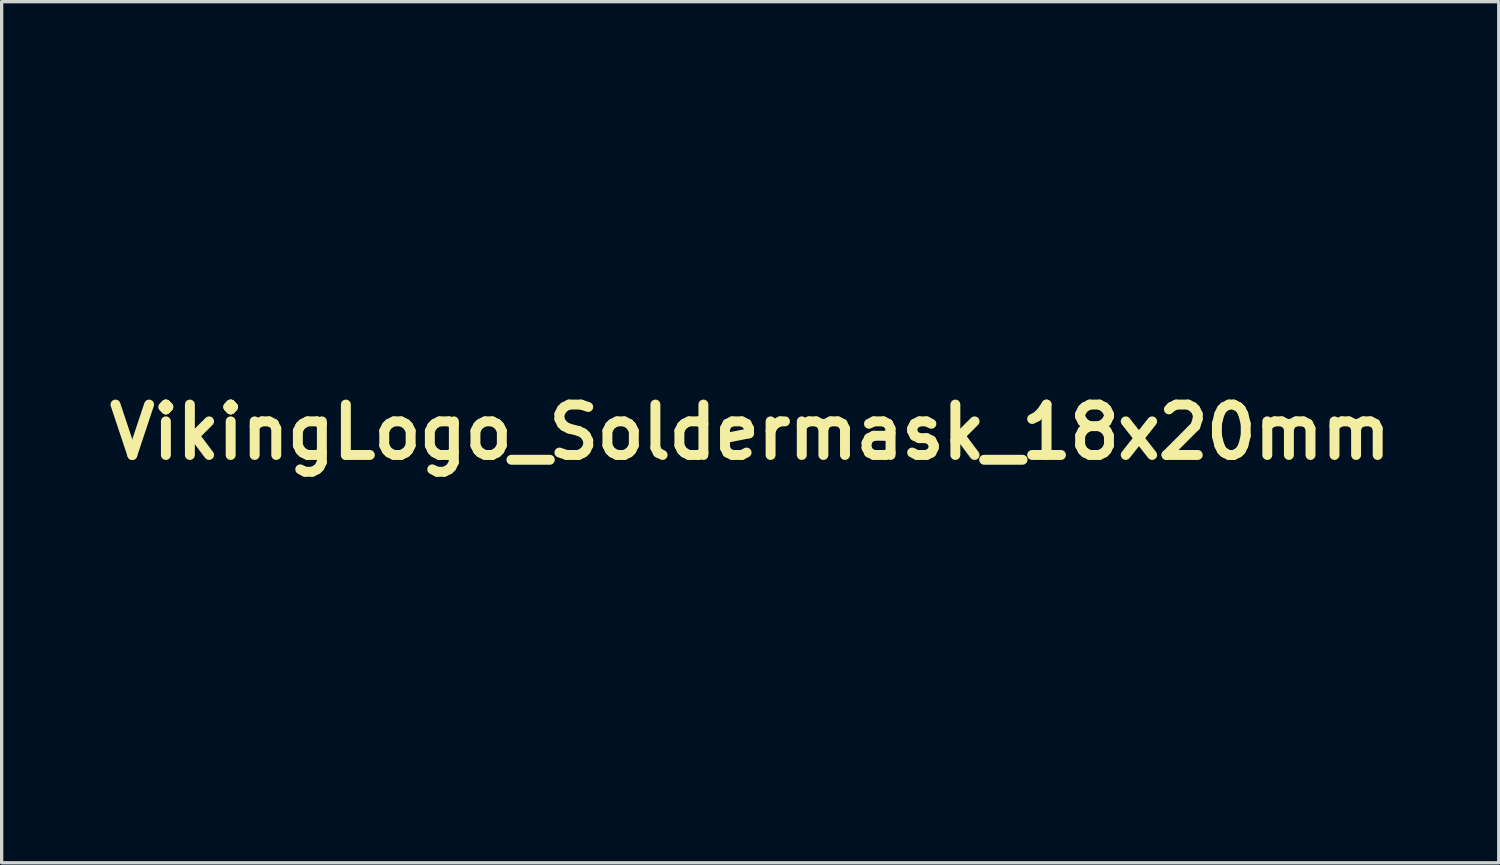
<source format=kicad_pcb>
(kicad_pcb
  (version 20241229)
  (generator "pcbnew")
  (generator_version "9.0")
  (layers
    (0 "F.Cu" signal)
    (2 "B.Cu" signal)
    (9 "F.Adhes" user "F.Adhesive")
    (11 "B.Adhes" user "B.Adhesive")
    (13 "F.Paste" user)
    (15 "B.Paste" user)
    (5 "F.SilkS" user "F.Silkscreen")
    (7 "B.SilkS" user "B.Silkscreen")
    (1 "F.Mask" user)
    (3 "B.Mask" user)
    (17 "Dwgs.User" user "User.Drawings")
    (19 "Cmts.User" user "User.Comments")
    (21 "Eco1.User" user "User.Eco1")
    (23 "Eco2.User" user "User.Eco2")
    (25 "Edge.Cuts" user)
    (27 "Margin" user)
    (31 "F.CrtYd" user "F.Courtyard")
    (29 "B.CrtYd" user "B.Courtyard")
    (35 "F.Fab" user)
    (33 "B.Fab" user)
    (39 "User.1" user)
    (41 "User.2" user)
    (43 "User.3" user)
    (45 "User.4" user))
  (footprint "VikingLogo_Soldermask_18x20mm"
    (layer "F.Cu")
    (at 19.638 10.02)
    (property "Reference" "VikingLogo_Soldermask_18x20mm" (at 0 0 0) (layer "F.SilkS") (effects (font (size 1.524 1.524) (thickness 0.3))))
    (attr through_hole)
    (fp_poly (pts (xy -0.381 7.565) (xy -0.359 7.577) (xy -0.325 7.595) (xy -0.279 7.621) (xy -0.222 7.652) (xy -0.157 7.688) (xy -0.083 7.729) (xy -0.002 7.775) (xy 0.084 7.823) (xy 0.176 7.874) (xy 0.226 7.903) (xy 0.296 7.942) (xy 0.379 7.989) (xy 0.475 8.043) (xy 0.583 8.103) (xy 0.701 8.169) (xy 0.828 8.241) (xy 0.963 8.317) (xy 1.106 8.397) (xy 1.254 8.48) (xy 1.408 8.566) (xy 1.565 8.655) (xy 1.725 8.745) (xy 1.886 8.835) (xy 2.048 8.926) (xy 2.21 9.017) (xy 2.37 9.107) (xy 2.375 9.11) (xy 2.525 9.194) (xy 2.671 9.276) (xy 2.812 9.355) (xy 2.948 9.432) (xy 3.078 9.505) (xy 3.202 9.574) (xy 3.318 9.64) (xy 3.426 9.701) (xy 3.525 9.757) (xy 3.615 9.807) (xy 3.695 9.852) (xy 3.764 9.892) (xy 3.822 9.924) (xy 3.867 9.95) (xy 3.9 9.969) (xy 3.919 9.98) (xy 3.924 9.983) (xy 3.919 9.986) (xy 3.899 9.989) (xy 3.864 9.99) (xy 3.818 9.991) (xy 3.799 9.991) (xy 3.763 9.991) (xy 3.712 9.991) (xy 3.647 9.992) (xy 3.568 9.992) (xy 3.477 9.993) (xy 3.373 9.993) (xy 3.259 9.994) (xy 3.134 9.995) (xy 3 9.996) (xy 2.857 9.997) (xy 2.707 9.998) (xy 2.549 9.999) (xy 2.386 10) (xy 2.217 10.001) (xy 2.044 10.002) (xy 1.871 10.003) (xy 1.693 10.005) (xy 1.517 10.006) (xy 1.345 10.007) (xy 1.178 10.008) (xy 1.016 10.009) (xy 0.86 10.01) (xy 0.711 10.011) (xy 0.571 10.012) (xy 0.439 10.013) (xy 0.318 10.013) (xy 0.207 10.014) (xy 0.107 10.015) (xy 0.021 10.015) (xy -0.053 10.015) (xy -0.111 10.016) (xy -0.155 10.016) (xy -0.18 10.016) (xy -0.398 10.016) (xy -0.398 8.788) (xy -0.398 8.614) (xy -0.398 8.452) (xy -0.397 8.302) (xy -0.397 8.164) (xy -0.397 8.039) (xy -0.396 7.927) (xy -0.395 7.83) (xy -0.395 7.747) (xy -0.394 7.678) (xy -0.393 7.625) (xy -0.392 7.587) (xy -0.391 7.566) (xy -0.39 7.561) (xy -0.381 7.565)) (stroke (width 0.01) (type solid)) (fill yes) (layer "F.Mask"))
    (fp_poly (pts (xy -6.609 3.923) (xy -6.601 3.927) (xy -6.579 3.94) (xy -6.544 3.961) (xy -6.496 3.989) (xy -6.436 4.025) (xy -6.365 4.067) (xy -6.282 4.116) (xy -6.189 4.171) (xy -6.087 4.231) (xy -5.975 4.297) (xy -5.855 4.369) (xy -5.727 4.444) (xy -5.592 4.525) (xy -5.449 4.609) (xy -5.301 4.697) (xy -5.147 4.788) (xy -4.989 4.882) (xy -4.826 4.978) (xy -4.659 5.077) (xy -4.489 5.177) (xy -4.317 5.279) (xy -4.143 5.383) (xy -3.968 5.487) (xy -3.791 5.591) (xy -3.615 5.695) (xy -3.44 5.799) (xy -3.265 5.903) (xy -3.092 6.005) (xy -2.922 6.106) (xy -2.755 6.205) (xy -2.591 6.303) (xy -2.431 6.397) (xy -2.276 6.489) (xy -2.126 6.578) (xy -1.983 6.663) (xy -1.846 6.744) (xy -1.716 6.821) (xy -1.594 6.894) (xy -1.48 6.961) (xy -1.375 7.023) (xy -1.28 7.08) (xy -1.195 7.13) (xy -1.121 7.174) (xy -1.058 7.212) (xy -1.007 7.242) (xy -0.969 7.265) (xy -0.944 7.279) (xy -0.933 7.286) (xy -0.932 7.286) (xy -0.932 7.295) (xy -0.932 7.319) (xy -0.933 7.359) (xy -0.933 7.411) (xy -0.934 7.477) (xy -0.935 7.554) (xy -0.936 7.641) (xy -0.937 7.737) (xy -0.939 7.842) (xy -0.94 7.954) (xy -0.942 8.072) (xy -0.944 8.194) (xy -0.946 8.321) (xy -0.948 8.45) (xy -0.95 8.581) (xy -0.952 8.712) (xy -0.954 8.843) (xy -0.956 8.972) (xy -0.958 9.098) (xy -0.96 9.221) (xy -0.962 9.339) (xy -0.964 9.45) (xy -0.966 9.555) (xy -0.968 9.651) (xy -0.969 9.738) (xy -0.971 9.815) (xy -0.972 9.88) (xy -0.973 9.932) (xy -0.974 9.971) (xy -0.975 9.995) (xy -0.975 10.003) (xy -0.984 10.003) (xy -1.009 10.004) (xy -1.05 10.004) (xy -1.106 10.004) (xy -1.177 10.004) (xy -1.262 10.005) (xy -1.361 10.005) (xy -1.474 10.005) (xy -1.599 10.006) (xy -1.736 10.006) (xy -1.886 10.006) (xy -2.046 10.007) (xy -2.217 10.007) (xy -2.398 10.007) (xy -2.588 10.008) (xy -2.788 10.008) (xy -2.997 10.009) (xy -3.213 10.009) (xy -3.437 10.01) (xy -3.668 10.01) (xy -3.905 10.01) (xy -4.148 10.011) (xy -4.397 10.011) (xy -4.651 10.012) (xy -4.909 10.012) (xy -4.958 10.012) (xy -8.938 10.018) (xy -8.944 9.96) (xy -8.946 9.923) (xy -8.948 9.871) (xy -8.949 9.809) (xy -8.95 9.738) (xy -8.949 9.661) (xy -8.949 9.582) (xy -8.948 9.503) (xy -8.946 9.426) (xy -8.944 9.356) (xy -8.942 9.293) (xy -8.939 9.243) (xy -8.937 9.219) (xy -8.923 9.095) (xy -8.904 8.974) (xy -8.881 8.855) (xy -8.852 8.739) (xy -8.817 8.624) (xy -8.777 8.51) (xy -8.73 8.397) (xy -8.675 8.282) (xy -8.614 8.167) (xy -8.544 8.05) (xy -8.466 7.93) (xy -8.379 7.808) (xy -8.283 7.681) (xy -8.177 7.551) (xy -8.061 7.415) (xy -7.935 7.273) (xy -7.797 7.126) (xy -7.648 6.971) (xy -7.487 6.808) (xy -7.314 6.638) (xy -7.128 6.458) (xy -6.965 6.303) (xy -6.822 6.168) (xy -7.421 6.166) (xy -8.019 6.164) (xy -8.013 6.145) (xy -7.964 5.993) (xy -7.909 5.839) (xy -7.848 5.687) (xy -7.783 5.54) (xy -7.716 5.4) (xy -7.647 5.27) (xy -7.578 5.153) (xy -7.551 5.11) (xy -7.474 4.996) (xy -7.385 4.872) (xy -7.285 4.737) (xy -7.174 4.593) (xy -7.053 4.44) (xy -6.969 4.336) (xy -6.892 4.241) (xy -6.823 4.158) (xy -6.764 4.088) (xy -6.713 4.029) (xy -6.673 3.983) (xy -6.642 3.95) (xy -6.621 3.93) (xy -6.609 3.923) (xy -6.609 3.923)) (stroke (width 0.01) (type solid)) (fill yes) (layer "F.Mask"))
    (fp_poly (pts (xy -5.653 2.213) (xy -5.631 2.225) (xy -5.597 2.245) (xy -5.552 2.271) (xy -5.497 2.303) (xy -5.433 2.34) (xy -5.363 2.381) (xy -5.286 2.426) (xy -5.204 2.474) (xy -5.161 2.5) (xy -4.872 2.669) (xy -4.582 2.839) (xy -4.292 3.01) (xy -4 3.181) (xy -3.705 3.354) (xy -3.407 3.529) (xy -3.105 3.706) (xy -2.798 3.885) (xy -2.486 4.069) (xy -2.167 4.255) (xy -1.841 4.446) (xy -1.508 4.641) (xy -1.166 4.841) (xy -0.815 5.047) (xy -0.454 5.258) (xy -0.082 5.475) (xy 0.301 5.7) (xy 0.697 5.931) (xy 1.105 6.17) (xy 1.527 6.417) (xy 1.634 6.479) (xy 1.957 6.668) (xy 2.274 6.853) (xy 2.585 7.035) (xy 2.887 7.212) (xy 3.182 7.384) (xy 3.469 7.552) (xy 3.746 7.714) (xy 4.014 7.871) (xy 4.272 8.022) (xy 4.52 8.167) (xy 4.756 8.305) (xy 4.981 8.437) (xy 5.194 8.562) (xy 5.395 8.679) (xy 5.582 8.789) (xy 5.755 8.89) (xy 5.891 8.97) (xy 5.979 9.022) (xy 6.053 9.066) (xy 6.113 9.102) (xy 6.162 9.132) (xy 6.198 9.155) (xy 6.223 9.172) (xy 6.239 9.184) (xy 6.245 9.191) (xy 6.245 9.192) (xy 6.239 9.202) (xy 6.225 9.223) (xy 6.204 9.256) (xy 6.176 9.298) (xy 6.144 9.347) (xy 6.107 9.403) (xy 6.067 9.463) (xy 6.025 9.525) (xy 5.982 9.59) (xy 5.939 9.653) (xy 5.897 9.715) (xy 5.858 9.774) (xy 5.822 9.827) (xy 5.79 9.874) (xy 5.764 9.913) (xy 5.744 9.941) (xy 5.732 9.958) (xy 5.729 9.963) (xy 5.721 9.965) (xy 5.702 9.968) (xy 5.671 9.97) (xy 5.627 9.972) (xy 5.569 9.974) (xy 5.497 9.975) (xy 5.41 9.977) (xy 5.326 9.978) (xy 4.932 9.984) (xy 4.692 9.835) (xy 4.672 9.823) (xy 4.638 9.802) (xy 4.591 9.773) (xy 4.529 9.736) (xy 4.455 9.692) (xy 4.368 9.64) (xy 4.269 9.58) (xy 4.158 9.513) (xy 4.036 9.44) (xy 3.903 9.36) (xy 3.758 9.274) (xy 3.604 9.181) (xy 3.439 9.082) (xy 3.265 8.978) (xy 3.081 8.868) (xy 2.889 8.753) (xy 2.688 8.633) (xy 2.48 8.508) (xy 2.263 8.378) (xy 2.039 8.244) (xy 1.809 8.106) (xy 1.571 7.964) (xy 1.328 7.819) (xy 1.079 7.67) (xy 0.824 7.517) (xy 0.564 7.362) (xy 0.3 7.204) (xy 0.032 7.044) (xy -0.241 6.881) (xy -0.517 6.716) (xy -0.796 6.549) (xy -0.904 6.484) (xy -1.183 6.318) (xy -1.458 6.153) (xy -1.729 5.991) (xy -1.996 5.832) (xy -2.258 5.675) (xy -2.515 5.521) (xy -2.767 5.37) (xy -3.013 5.223) (xy -3.253 5.08) (xy -3.487 4.94) (xy -3.714 4.804) (xy -3.933 4.673) (xy -4.146 4.546) (xy -4.35 4.424) (xy -4.546 4.307) (xy -4.733 4.195) (xy -4.912 4.088) (xy -5.081 3.987) (xy -5.24 3.891) (xy -5.39 3.802) (xy -5.529 3.718) (xy -5.657 3.642) (xy -5.775 3.571) (xy -5.88 3.508) (xy -5.974 3.452) (xy -6.056 3.403) (xy -6.125 3.361) (xy -6.181 3.328) (xy -6.224 3.302) (xy -6.254 3.284) (xy -6.269 3.275) (xy -6.272 3.273) (xy -6.272 3.268) (xy -6.268 3.256) (xy -6.259 3.237) (xy -6.246 3.21) (xy -6.226 3.174) (xy -6.201 3.128) (xy -6.17 3.071) (xy -6.131 3.003) (xy -6.085 2.923) (xy -6.032 2.83) (xy -5.977 2.735) (xy -5.927 2.648) (xy -5.879 2.566) (xy -5.834 2.489) (xy -5.793 2.42) (xy -5.756 2.358) (xy -5.725 2.305) (xy -5.699 2.263) (xy -5.679 2.232) (xy -5.667 2.213) (xy -5.662 2.208) (xy -5.653 2.213)) (stroke (width 0.01) (type solid)) (fill yes) (layer "F.Mask"))
    (fp_poly (pts (xy -1.644 -9.32) (xy -1.643 -9.313) (xy -1.655 -9.294) (xy -1.678 -9.263) (xy -1.707 -9.229) (xy -1.8 -9.119) (xy -1.894 -9.004) (xy -1.988 -8.886) (xy -2.079 -8.769) (xy -2.166 -8.654) (xy -2.246 -8.546) (xy -2.317 -8.446) (xy -2.338 -8.416) (xy -2.501 -8.168) (xy -2.646 -7.922) (xy -2.774 -7.676) (xy -2.886 -7.431) (xy -2.981 -7.186) (xy -3.059 -6.942) (xy -3.12 -6.698) (xy -3.149 -6.553) (xy -3.161 -6.483) (xy -3.171 -6.42) (xy -3.179 -6.363) (xy -3.185 -6.308) (xy -3.189 -6.251) (xy -3.192 -6.191) (xy -3.194 -6.123) (xy -3.195 -6.045) (xy -3.196 -5.954) (xy -3.196 -5.939) (xy -3.195 -5.837) (xy -3.194 -5.748) (xy -3.191 -5.67) (xy -3.187 -5.598) (xy -3.181 -5.531) (xy -3.172 -5.464) (xy -3.161 -5.395) (xy -3.148 -5.32) (xy -3.133 -5.247) (xy -3.076 -5.007) (xy -3.003 -4.768) (xy -2.913 -4.53) (xy -2.806 -4.292) (xy -2.683 -4.055) (xy -2.543 -3.817) (xy -2.459 -3.687) (xy -2.407 -3.609) (xy -2.356 -3.536) (xy -2.305 -3.467) (xy -2.254 -3.401) (xy -2.202 -3.337) (xy -2.147 -3.274) (xy -2.089 -3.212) (xy -2.026 -3.148) (xy -1.957 -3.082) (xy -1.882 -3.013) (xy -1.799 -2.94) (xy -1.707 -2.863) (xy -1.606 -2.779) (xy -1.494 -2.687) (xy -1.37 -2.588) (xy -1.263 -2.503) (xy -1.171 -2.43) (xy -1.092 -2.367) (xy -1.025 -2.313) (xy -0.972 -2.269) (xy -0.93 -2.234) (xy -0.9 -2.207) (xy -0.882 -2.19) (xy -0.875 -2.18) (xy -0.882 -2.176) (xy -0.904 -2.169) (xy -0.938 -2.16) (xy -0.984 -2.15) (xy -1.039 -2.139) (xy -1.043 -2.139) (xy -1.37 -2.068) (xy -1.689 -1.982) (xy -2.003 -1.882) (xy -2.309 -1.766) (xy -2.607 -1.635) (xy -2.898 -1.491) (xy -3.18 -1.332) (xy -3.452 -1.159) (xy -3.716 -0.972) (xy -3.878 -0.846) (xy -4.106 -0.654) (xy -4.321 -0.455) (xy -4.522 -0.249) (xy -4.708 -0.038) (xy -4.86 0.154) (xy -4.889 0.191) (xy -4.914 0.224) (xy -4.934 0.249) (xy -4.947 0.264) (xy -4.952 0.268) (xy -4.959 0.263) (xy -4.973 0.247) (xy -4.992 0.223) (xy -4.998 0.215) (xy -5.062 0.127) (xy -5.134 0.028) (xy -5.209 -0.079) (xy -5.288 -0.191) (xy -5.366 -0.303) (xy -5.441 -0.414) (xy -5.513 -0.519) (xy -5.577 -0.616) (xy -5.601 -0.652) (xy -5.781 -0.933) (xy -5.95 -1.207) (xy -6.108 -1.473) (xy -6.254 -1.732) (xy -6.389 -1.983) (xy -6.512 -2.225) (xy -6.623 -2.458) (xy -6.721 -2.682) (xy -6.808 -2.897) (xy -6.882 -3.103) (xy -6.943 -3.298) (xy -6.992 -3.483) (xy -7.01 -3.569) (xy -7.041 -3.751) (xy -7.059 -3.943) (xy -7.066 -4.142) (xy -7.061 -4.347) (xy -7.044 -4.555) (xy -7.018 -4.75) (xy -6.97 -4.988) (xy -6.907 -5.223) (xy -6.827 -5.456) (xy -6.73 -5.685) (xy -6.617 -5.911) (xy -6.487 -6.135) (xy -6.341 -6.356) (xy -6.178 -6.574) (xy -6.143 -6.617) (xy -6.017 -6.767) (xy -5.887 -6.909) (xy -5.751 -7.046) (xy -5.607 -7.177) (xy -5.453 -7.307) (xy -5.287 -7.436) (xy -5.107 -7.567) (xy -5.094 -7.575) (xy -4.885 -7.718) (xy -4.659 -7.862) (xy -4.419 -8.008) (xy -4.164 -8.154) (xy -3.897 -8.302) (xy -3.617 -8.449) (xy -3.326 -8.596) (xy -3.024 -8.743) (xy -2.713 -8.887) (xy -2.684 -8.901) (xy -2.59 -8.943) (xy -2.494 -8.986) (xy -2.396 -9.028) (xy -2.299 -9.069) (xy -2.204 -9.11) (xy -2.112 -9.148) (xy -2.024 -9.184) (xy -1.942 -9.216) (xy -1.868 -9.246) (xy -1.801 -9.271) (xy -1.745 -9.291) (xy -1.699 -9.307) (xy -1.666 -9.317) (xy -1.647 -9.32) (xy -1.644 -9.32)) (stroke (width 0.01) (type solid)) (fill yes) (layer "F.Mask"))
    (fp_poly (pts (xy 1.117 -2.037) (xy 1.211 -2.036) (xy 1.299 -2.035) (xy 1.38 -2.032) (xy 1.45 -2.03) (xy 1.509 -2.026) (xy 1.554 -2.022) (xy 1.566 -2.021) (xy 1.606 -2.015) (xy 1.64 -2.01) (xy 1.664 -2.005) (xy 1.674 -2.003) (xy 1.674 -2.003) (xy 1.67 -1.996) (xy 1.657 -1.977) (xy 1.635 -1.947) (xy 1.607 -1.908) (xy 1.572 -1.861) (xy 1.532 -1.808) (xy 1.489 -1.75) (xy 1.471 -1.726) (xy 1.385 -1.61) (xy 1.308 -1.504) (xy 1.239 -1.408) (xy 1.176 -1.318) (xy 1.119 -1.233) (xy 1.066 -1.151) (xy 1.016 -1.07) (xy 0.999 -1.041) (xy 0.877 -0.825) (xy 0.771 -0.611) (xy 0.683 -0.397) (xy 0.611 -0.186) (xy 0.556 0.025) (xy 0.517 0.234) (xy 0.496 0.441) (xy 0.491 0.646) (xy 0.503 0.85) (xy 0.531 1.052) (xy 0.555 1.166) (xy 0.606 1.35) (xy 0.673 1.535) (xy 0.755 1.717) (xy 0.851 1.897) (xy 0.959 2.071) (xy 1.078 2.239) (xy 1.208 2.4) (xy 1.347 2.551) (xy 1.495 2.691) (xy 1.649 2.819) (xy 1.81 2.933) (xy 1.856 2.963) (xy 2.04 3.068) (xy 2.232 3.157) (xy 2.43 3.231) (xy 2.634 3.29) (xy 2.845 3.333) (xy 3.063 3.361) (xy 3.287 3.372) (xy 3.516 3.369) (xy 3.752 3.35) (xy 3.994 3.315) (xy 4.089 3.297) (xy 4.339 3.24) (xy 4.579 3.168) (xy 4.81 3.083) (xy 5.031 2.983) (xy 5.244 2.869) (xy 5.447 2.741) (xy 5.641 2.598) (xy 5.825 2.442) (xy 6.001 2.271) (xy 6.166 2.087) (xy 6.322 1.888) (xy 6.469 1.676) (xy 6.592 1.474) (xy 6.666 1.346) (xy 6.687 1.365) (xy 6.708 1.388) (xy 6.736 1.423) (xy 6.769 1.466) (xy 6.804 1.515) (xy 6.839 1.567) (xy 6.872 1.618) (xy 6.896 1.657) (xy 6.926 1.71) (xy 6.961 1.774) (xy 7 1.848) (xy 7.041 1.927) (xy 7.082 2.01) (xy 7.122 2.092) (xy 7.16 2.17) (xy 7.193 2.242) (xy 7.22 2.304) (xy 7.221 2.307) (xy 7.338 2.603) (xy 7.439 2.902) (xy 7.524 3.206) (xy 7.594 3.516) (xy 7.649 3.83) (xy 7.688 4.152) (xy 7.712 4.48) (xy 7.721 4.815) (xy 7.721 4.86) (xy 7.721 4.95) (xy 7.719 5.048) (xy 7.716 5.151) (xy 7.712 5.255) (xy 7.708 5.357) (xy 7.703 5.456) (xy 7.697 5.547) (xy 7.691 5.628) (xy 7.685 5.696) (xy 7.683 5.715) (xy 7.65 5.955) (xy 7.603 6.204) (xy 7.544 6.461) (xy 7.472 6.726) (xy 7.387 6.997) (xy 7.29 7.273) (xy 7.181 7.555) (xy 7.06 7.84) (xy 6.956 8.069) (xy 6.928 8.126) (xy 6.898 8.19) (xy 6.864 8.256) (xy 6.83 8.325) (xy 6.794 8.395) (xy 6.759 8.463) (xy 6.725 8.529) (xy 6.692 8.59) (xy 6.663 8.645) (xy 6.637 8.692) (xy 6.615 8.729) (xy 6.599 8.756) (xy 6.589 8.77) (xy 6.587 8.771) (xy 6.58 8.767) (xy 6.558 8.754) (xy 6.523 8.733) (xy 6.474 8.703) (xy 6.412 8.666) (xy 6.337 8.621) (xy 6.25 8.568) (xy 6.151 8.508) (xy 6.04 8.441) (xy 5.917 8.367) (xy 5.783 8.287) (xy 5.639 8.199) (xy 5.484 8.106) (xy 5.319 8.006) (xy 5.145 7.901) (xy 4.961 7.789) (xy 4.767 7.673) (xy 4.566 7.551) (xy 4.355 7.423) (xy 4.137 7.291) (xy 3.911 7.155) (xy 3.678 7.014) (xy 3.437 6.868) (xy 3.19 6.719) (xy 2.937 6.566) (xy 2.677 6.409) (xy 2.412 6.249) (xy 2.142 6.085) (xy 1.866 5.918) (xy 1.586 5.749) (xy 1.302 5.577) (xy 1.013 5.403) (xy 0.721 5.226) (xy 0.639 5.176) (xy 0.346 4.999) (xy 0.057 4.824) (xy -0.229 4.651) (xy -0.511 4.481) (xy -0.787 4.313) (xy -1.059 4.149) (xy -1.326 3.987) (xy -1.587 3.829) (xy -1.843 3.675) (xy -2.092 3.524) (xy -2.334 3.377) (xy -2.57 3.235) (xy -2.798 3.097) (xy -3.019 2.963) (xy -3.231 2.834) (xy -3.436 2.711) (xy -3.632 2.592) (xy -3.818 2.479) (xy -3.996 2.372) (xy -4.164 2.27) (xy -4.322 2.174) (xy -4.469 2.085) (xy -4.606 2.002) (xy -4.732 1.926) (xy -4.847 1.856) (xy -4.949 1.794) (xy -5.04 1.739) (xy -5.119 1.691) (xy -5.185 1.651) (xy -5.237 1.619) (xy -5.277 1.595) (xy -5.302 1.579) (xy -5.314 1.572) (xy -5.315 1.572) (xy -5.313 1.561) (xy -5.302 1.538) (xy -5.28 1.502) (xy -5.248 1.454) (xy -5.206 1.394) (xy -5.155 1.322) (xy -5.094 1.238) (xy -5.024 1.143) (xy -4.958 1.054) (xy -4.751 0.784) (xy -4.548 0.529) (xy -4.349 0.29) (xy -4.153 0.066) (xy -3.962 -0.142) (xy -3.774 -0.335) (xy -3.591 -0.511) (xy -3.454 -0.634) (xy -3.348 -0.724) (xy -3.243 -0.808) (xy -3.137 -0.886) (xy -3.027 -0.96) (xy -2.912 -1.032) (xy -2.79 -1.102) (xy -2.657 -1.173) (xy -2.512 -1.244) (xy -2.354 -1.319) (xy -2.051 -1.451) (xy -1.747 -1.568) (xy -1.44 -1.672) (xy -1.128 -1.763) (xy -0.81 -1.841) (xy -0.485 -1.906) (xy -0.151 -1.959) (xy 0.193 -2.001) (xy 0.415 -2.021) (xy 0.478 -2.025) (xy 0.553 -2.028) (xy 0.636 -2.031) (xy 0.727 -2.034) (xy 0.822 -2.035) (xy 0.92 -2.037) (xy 1.019 -2.037) (xy 1.117 -2.037)) (stroke (width 0.01) (type solid)) (fill yes) (layer "F.Mask"))
    (fp_poly (pts (xy 2.385 -10.013) (xy 2.418 -10.01) (xy 2.463 -10.005) (xy 2.52 -9.998) (xy 2.591 -9.989) (xy 2.669 -9.978) (xy 2.913 -9.945) (xy 3.158 -9.909) (xy 3.402 -9.873) (xy 3.645 -9.835) (xy 3.883 -9.796) (xy 4.116 -9.757) (xy 4.341 -9.718) (xy 4.558 -9.679) (xy 4.764 -9.64) (xy 4.958 -9.601) (xy 5.138 -9.564) (xy 5.262 -9.537) (xy 5.422 -9.5) (xy 5.567 -9.464) (xy 5.7 -9.429) (xy 5.822 -9.393) (xy 5.937 -9.356) (xy 6.045 -9.318) (xy 6.117 -9.29) (xy 6.385 -9.177) (xy 6.639 -9.053) (xy 6.88 -8.919) (xy 7.108 -8.774) (xy 7.323 -8.619) (xy 7.525 -8.453) (xy 7.713 -8.276) (xy 7.888 -8.089) (xy 8.05 -7.891) (xy 8.199 -7.682) (xy 8.335 -7.463) (xy 8.458 -7.233) (xy 8.567 -6.993) (xy 8.664 -6.741) (xy 8.747 -6.479) (xy 8.817 -6.207) (xy 8.874 -5.923) (xy 8.918 -5.629) (xy 8.945 -5.368) (xy 8.949 -5.308) (xy 8.953 -5.234) (xy 8.955 -5.15) (xy 8.956 -5.058) (xy 8.957 -4.961) (xy 8.957 -4.861) (xy 8.955 -4.762) (xy 8.954 -4.665) (xy 8.951 -4.575) (xy 8.948 -4.492) (xy 8.943 -4.421) (xy 8.939 -4.363) (xy 8.938 -4.352) (xy 8.895 -4.052) (xy 8.836 -3.757) (xy 8.761 -3.466) (xy 8.67 -3.18) (xy 8.562 -2.9) (xy 8.439 -2.624) (xy 8.299 -2.354) (xy 8.232 -2.235) (xy 8.204 -2.189) (xy 8.168 -2.129) (xy 8.125 -2.057) (xy 8.074 -1.974) (xy 8.016 -1.881) (xy 7.953 -1.778) (xy 7.884 -1.667) (xy 7.811 -1.549) (xy 7.734 -1.424) (xy 7.653 -1.294) (xy 7.569 -1.16) (xy 7.484 -1.023) (xy 7.396 -0.883) (xy 7.308 -0.743) (xy 7.22 -0.602) (xy 7.132 -0.462) (xy 7.045 -0.323) (xy 6.96 -0.188) (xy 6.877 -0.056) (xy 6.797 0.071) (xy 6.72 0.192) (xy 6.648 0.306) (xy 6.58 0.413) (xy 6.518 0.51) (xy 6.461 0.598) (xy 6.412 0.675) (xy 6.37 0.74) (xy 6.335 0.792) (xy 6.322 0.813) (xy 6.148 1.059) (xy 5.959 1.301) (xy 5.754 1.539) (xy 5.532 1.775) (xy 5.486 1.821) (xy 5.37 1.935) (xy 5.263 2.038) (xy 5.163 2.129) (xy 5.07 2.21) (xy 4.981 2.283) (xy 4.895 2.347) (xy 4.811 2.405) (xy 4.727 2.458) (xy 4.643 2.506) (xy 4.559 2.548) (xy 4.469 2.591) (xy 4.388 2.626) (xy 4.311 2.655) (xy 4.232 2.681) (xy 4.147 2.705) (xy 4.146 2.705) (xy 3.949 2.748) (xy 3.751 2.774) (xy 3.553 2.784) (xy 3.355 2.777) (xy 3.349 2.776) (xy 3.146 2.751) (xy 2.942 2.711) (xy 2.74 2.655) (xy 2.539 2.585) (xy 2.344 2.5) (xy 2.155 2.403) (xy 1.974 2.294) (xy 1.83 2.193) (xy 1.755 2.133) (xy 1.676 2.064) (xy 1.598 1.99) (xy 1.525 1.916) (xy 1.461 1.844) (xy 1.445 1.825) (xy 1.34 1.681) (xy 1.25 1.53) (xy 1.174 1.371) (xy 1.112 1.203) (xy 1.064 1.026) (xy 1.037 0.881) (xy 1.03 0.825) (xy 1.025 0.757) (xy 1.021 0.679) (xy 1.018 0.595) (xy 1.017 0.51) (xy 1.018 0.426) (xy 1.02 0.348) (xy 1.024 0.278) (xy 1.028 0.237) (xy 1.056 0.05) (xy 1.097 -0.128) (xy 1.151 -0.3) (xy 1.22 -0.469) (xy 1.263 -0.559) (xy 1.292 -0.616) (xy 1.321 -0.671) (xy 1.35 -0.723) (xy 1.381 -0.774) (xy 1.414 -0.825) (xy 1.451 -0.878) (xy 1.491 -0.933) (xy 1.536 -0.992) (xy 1.587 -1.055) (xy 1.644 -1.124) (xy 1.709 -1.201) (xy 1.782 -1.285) (xy 1.864 -1.379) (xy 1.957 -1.483) (xy 2.031 -1.566) (xy 2.086 -1.627) (xy 2.149 -1.698) (xy 2.217 -1.774) (xy 2.288 -1.853) (xy 2.357 -1.93) (xy 2.422 -2.003) (xy 2.459 -2.044) (xy 2.602 -2.205) (xy 2.735 -2.356) (xy 2.858 -2.499) (xy 2.975 -2.636) (xy 3.085 -2.768) (xy 3.191 -2.898) (xy 3.295 -3.028) (xy 3.398 -3.159) (xy 3.501 -3.293) (xy 3.562 -3.375) (xy 3.642 -3.482) (xy 3.724 -3.594) (xy 3.806 -3.708) (xy 3.887 -3.823) (xy 3.966 -3.937) (xy 4.041 -4.047) (xy 4.111 -4.152) (xy 4.175 -4.249) (xy 4.231 -4.337) (xy 4.274 -4.407) (xy 4.394 -4.623) (xy 4.497 -4.839) (xy 4.584 -5.058) (xy 4.655 -5.28) (xy 4.71 -5.505) (xy 4.75 -5.735) (xy 4.76 -5.812) (xy 4.765 -5.867) (xy 4.768 -5.936) (xy 4.77 -6.013) (xy 4.771 -6.097) (xy 4.77 -6.183) (xy 4.768 -6.267) (xy 4.765 -6.345) (xy 4.76 -6.415) (xy 4.755 -6.469) (xy 4.721 -6.693) (xy 4.673 -6.915) (xy 4.61 -7.136) (xy 4.533 -7.357) (xy 4.441 -7.581) (xy 4.407 -7.654) (xy 4.358 -7.758) (xy 4.31 -7.849) (xy 4.263 -7.934) (xy 4.212 -8.016) (xy 4.178 -8.069) (xy 4.116 -8.159) (xy 4.045 -8.253) (xy 3.965 -8.353) (xy 3.875 -8.458) (xy 3.776 -8.569) (xy 3.666 -8.687) (xy 3.546 -8.813) (xy 3.414 -8.946) (xy 3.271 -9.087) (xy 3.115 -9.236) (xy 2.946 -9.395) (xy 2.811 -9.521) (xy 2.711 -9.614) (xy 2.624 -9.695) (xy 2.549 -9.767) (xy 2.485 -9.828) (xy 2.433 -9.88) (xy 2.392 -9.923) (xy 2.361 -9.956) (xy 2.341 -9.981) (xy 2.33 -9.998) (xy 2.328 -10.004) (xy 2.33 -10.009) (xy 2.334 -10.013) (xy 2.344 -10.014) (xy 2.36 -10.015) (xy 2.385 -10.013)) (stroke (width 0.01) (type solid)) (fill yes) (layer "F.Mask")))
  (gr_rect
    (start -3 -3)
    (end 42.276 23.043)
    (stroke (width 0.1) (type default))
    (fill no)
    (layer "Edge.Cuts")))
</source>
